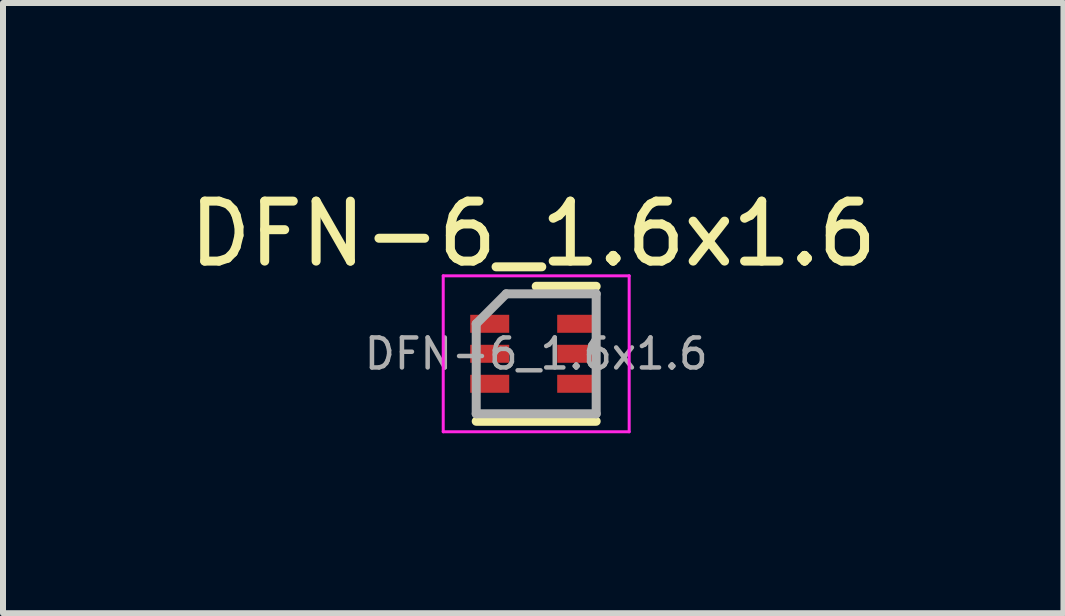
<source format=kicad_pcb>
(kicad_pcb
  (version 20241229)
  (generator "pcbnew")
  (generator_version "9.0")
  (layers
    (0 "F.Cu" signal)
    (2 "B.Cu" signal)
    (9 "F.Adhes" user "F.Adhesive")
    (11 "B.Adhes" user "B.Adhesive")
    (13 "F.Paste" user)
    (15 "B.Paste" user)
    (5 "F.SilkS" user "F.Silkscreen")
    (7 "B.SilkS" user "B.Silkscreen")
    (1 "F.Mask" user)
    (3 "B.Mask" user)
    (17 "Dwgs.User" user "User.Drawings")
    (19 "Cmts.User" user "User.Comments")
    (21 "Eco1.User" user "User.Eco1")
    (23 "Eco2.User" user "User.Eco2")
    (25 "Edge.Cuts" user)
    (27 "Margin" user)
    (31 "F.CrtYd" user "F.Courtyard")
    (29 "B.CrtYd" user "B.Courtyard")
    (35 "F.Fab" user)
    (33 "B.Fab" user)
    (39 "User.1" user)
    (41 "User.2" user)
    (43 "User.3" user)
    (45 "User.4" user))
  (footprint "DFN-6_1.6x1.6"
    (layer "F.Cu")
    (at 5.839 2.848)
    (property "Reference" "DFN-6_1.6x1.6" (at 0 -2 0) (unlocked yes) (layer "F.SilkS") (effects (font (size 1 1) (thickness 0.15))))
    (attr smd)
    (fp_line (start -0.95 1.125) (end 1.05 1.125) (stroke (width 0.15) (type solid)) (layer "F.SilkS"))
    (fp_line (start 0.05 -1.125) (end 1.05 -1.125) (stroke (width 0.15) (type solid)) (layer "F.SilkS"))
    (fp_line (start -1.5 -1.3) (end -1.5 1.3) (stroke (width 0.05) (type solid)) (layer "F.CrtYd"))
    (fp_line (start -1.5 -1.3) (end 1.6 -1.3) (stroke (width 0.05) (type solid)) (layer "F.CrtYd"))
    (fp_line (start -1.5 1.3) (end 1.6 1.3) (stroke (width 0.05) (type solid)) (layer "F.CrtYd"))
    (fp_line (start 1.6 -1.3) (end 1.6 1.3) (stroke (width 0.05) (type solid)) (layer "F.CrtYd"))
    (fp_line (start -0.95 -0.5) (end -0.45 -1) (stroke (width 0.15) (type solid)) (layer "F.Fab"))
    (fp_line (start -0.95 1) (end -0.95 -0.5) (stroke (width 0.15) (type solid)) (layer "F.Fab"))
    (fp_line (start -0.45 -1) (end 1.05 -1) (stroke (width 0.15) (type solid)) (layer "F.Fab"))
    (fp_line (start 1.05 -1) (end 1.05 1) (stroke (width 0.15) (type solid)) (layer "F.Fab"))
    (fp_line (start 1.05 1) (end -0.95 1) (stroke (width 0.15) (type solid)) (layer "F.Fab"))
    (fp_text user "${REFERENCE}" (at 0.05 0 0) (layer "F.Fab") (effects (font (size 0.5 0.5) (thickness 0.075))))
    (pad "1" smd rect (at -0.725 -0.5) (size 0.65 0.3) (layers "F.Cu" "F.Mask" "F.Paste"))
    (pad "2" smd rect (at -0.725 0) (size 0.65 0.3) (layers "F.Cu" "F.Mask" "F.Paste"))
    (pad "3" smd rect (at -0.725 0.5) (size 0.65 0.3) (layers "F.Cu" "F.Mask" "F.Paste"))
    (pad "4" smd rect (at 0.725 0.5) (size 0.65 0.3) (layers "F.Cu" "F.Mask" "F.Paste"))
    (pad "5" smd rect (at 0.725 0) (size 0.65 0.3) (layers "F.Cu" "F.Mask" "F.Paste"))
    (pad "6" smd rect (at 0.725 -0.5) (size 0.65 0.3) (layers "F.Cu" "F.Mask" "F.Paste")))
  (gr_rect
    (start -3 -3)
    (end 14.679 7.173)
    (stroke (width 0.1) (type default))
    (fill no)
    (layer "Edge.Cuts")))
</source>
